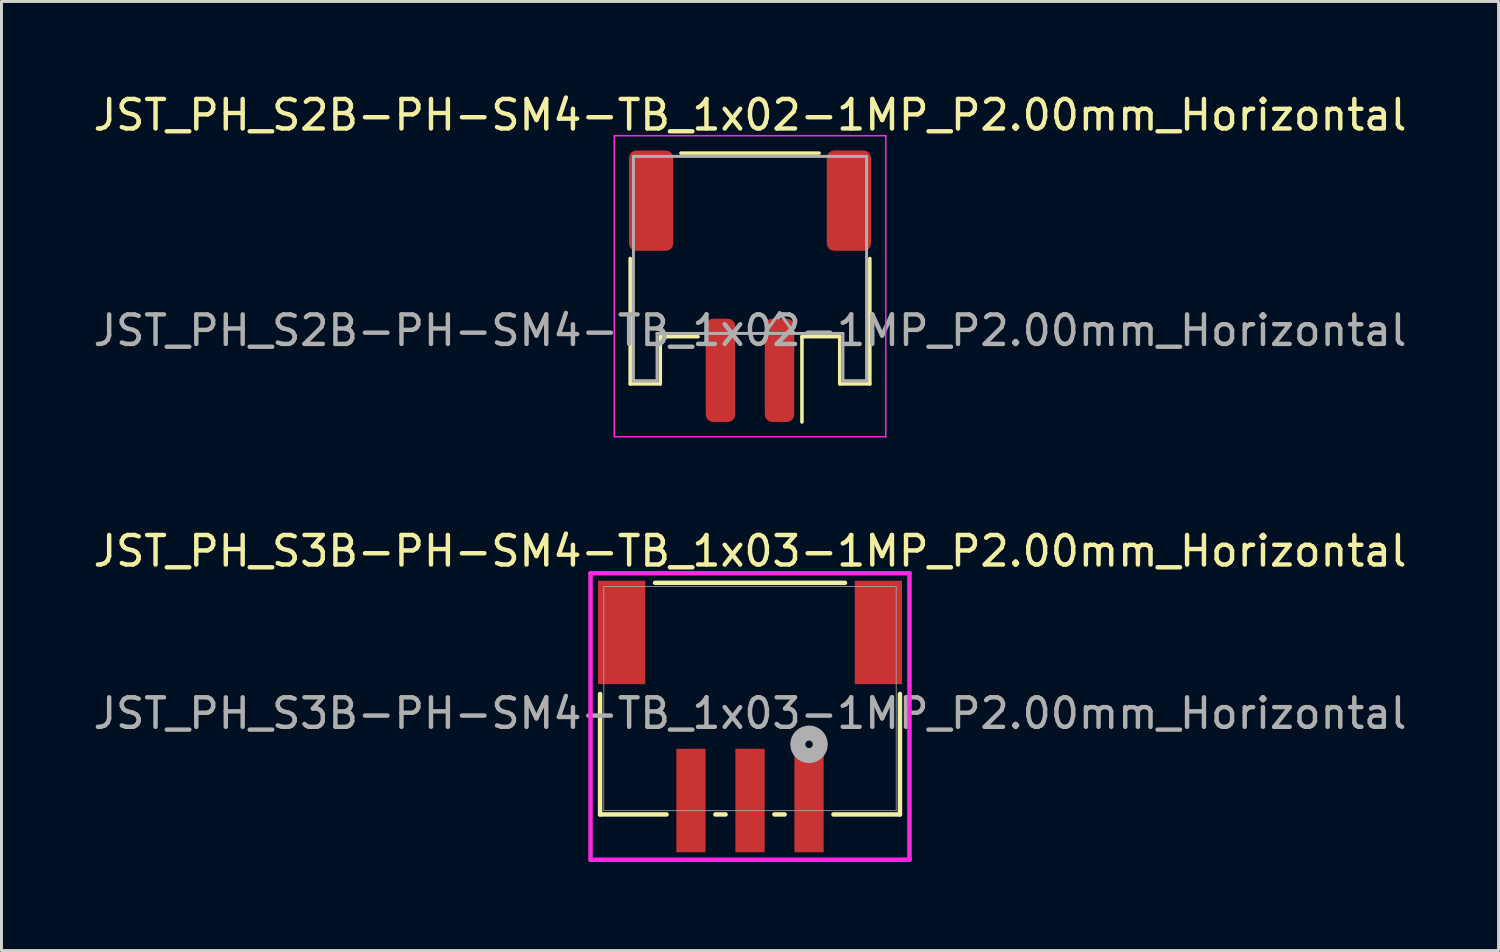
<source format=kicad_pcb>
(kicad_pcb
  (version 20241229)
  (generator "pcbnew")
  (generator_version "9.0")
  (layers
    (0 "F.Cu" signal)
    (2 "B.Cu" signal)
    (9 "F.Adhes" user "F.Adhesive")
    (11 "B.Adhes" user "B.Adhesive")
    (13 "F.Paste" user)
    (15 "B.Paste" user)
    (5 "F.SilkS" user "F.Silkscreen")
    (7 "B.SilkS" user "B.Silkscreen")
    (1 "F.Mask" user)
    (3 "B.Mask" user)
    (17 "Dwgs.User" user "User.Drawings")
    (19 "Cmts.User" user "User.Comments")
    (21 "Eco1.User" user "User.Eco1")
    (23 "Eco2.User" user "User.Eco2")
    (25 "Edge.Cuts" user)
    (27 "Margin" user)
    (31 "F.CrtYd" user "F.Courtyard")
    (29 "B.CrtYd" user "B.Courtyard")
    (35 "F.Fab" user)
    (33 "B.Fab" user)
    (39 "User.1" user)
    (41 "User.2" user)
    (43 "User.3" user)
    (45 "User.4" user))
  (footprint "JST_PH_S2B-PH-SM4-TB_1x02-1MP_P2.00mm_Horizontal"
    (layer "F.Cu")
    (at 22.363 6.648)
    (property "Reference" "JST_PH_S2B-PH-SM4-TB_1x02-1MP_P2.00mm_Horizontal" (at 0 -5.8 0) (layer "F.SilkS") (effects (font (size 1 1) (thickness 0.15))))
    (attr smd)
    (fp_line (start -4.06 -0.94) (end -4.06 3.31) (stroke (width 0.12) (type solid)) (layer "F.SilkS"))
    (fp_line (start -4.06 3.31) (end -3.04 3.31) (stroke (width 0.12) (type solid)) (layer "F.SilkS"))
    (fp_line (start -3.04 1.71) (end -1.76 1.71) (stroke (width 0.12) (type solid)) (layer "F.SilkS"))
    (fp_line (start -3.04 3.31) (end -3.04 1.71) (stroke (width 0.12) (type solid)) (layer "F.SilkS"))
    (fp_line (start 1.76 1.71) (end 1.76 4.6) (stroke (width 0.12) (type solid)) (layer "F.SilkS"))
    (fp_line (start 2.34 -4.51) (end -2.34 -4.51) (stroke (width 0.12) (type solid)) (layer "F.SilkS"))
    (fp_line (start 3.04 1.71) (end 1.76 1.71) (stroke (width 0.12) (type solid)) (layer "F.SilkS"))
    (fp_line (start 3.04 3.31) (end 3.04 1.71) (stroke (width 0.12) (type solid)) (layer "F.SilkS"))
    (fp_line (start 4.06 -0.94) (end 4.06 3.31) (stroke (width 0.12) (type solid)) (layer "F.SilkS"))
    (fp_line (start 4.06 3.31) (end 3.04 3.31) (stroke (width 0.12) (type solid)) (layer "F.SilkS"))
    (fp_line (start -4.6 -5.1) (end -4.6 5.1) (stroke (width 0.05) (type solid)) (layer "F.CrtYd"))
    (fp_line (start -4.6 5.1) (end 4.6 5.1) (stroke (width 0.05) (type solid)) (layer "F.CrtYd"))
    (fp_line (start 4.6 -5.1) (end -4.6 -5.1) (stroke (width 0.05) (type solid)) (layer "F.CrtYd"))
    (fp_line (start 4.6 5.1) (end 4.6 -5.1) (stroke (width 0.05) (type solid)) (layer "F.CrtYd"))
    (fp_line (start -3.95 3.2) (end -3.95 -4.4) (stroke (width 0.1) (type solid)) (layer "F.Fab"))
    (fp_line (start -3.15 1.6) (end -3.15 3.2) (stroke (width 0.1) (type solid)) (layer "F.Fab"))
    (fp_line (start -3.15 3.2) (end -3.95 3.2) (stroke (width 0.1) (type solid)) (layer "F.Fab"))
    (fp_line (start 1 0.893) (end 0.5 1.6) (stroke (width 0.1) (type solid)) (layer "F.Fab"))
    (fp_line (start 1.5 1.6) (end 1 0.893) (stroke (width 0.1) (type solid)) (layer "F.Fab"))
    (fp_line (start 3.15 1.6) (end -3.15 1.6) (stroke (width 0.1) (type solid)) (layer "F.Fab"))
    (fp_line (start 3.15 3.2) (end 3.15 1.6) (stroke (width 0.1) (type solid)) (layer "F.Fab"))
    (fp_line (start 3.95 -4.4) (end -3.95 -4.4) (stroke (width 0.1) (type solid)) (layer "F.Fab"))
    (fp_line (start 3.95 3.2) (end 3.15 3.2) (stroke (width 0.1) (type solid)) (layer "F.Fab"))
    (fp_line (start 3.95 3.2) (end 3.95 -4.4) (stroke (width 0.1) (type solid)) (layer "F.Fab"))
    (fp_text user "${REFERENCE}" (at 0 1.5 0) (layer "F.Fab") (effects (font (size 1 1) (thickness 0.15))))
    (pad "1" smd roundrect (at 1 2.85 180) (size 1 3.5) (layers "F.Cu" "F.Mask" "F.Paste") (roundrect_rratio 0.25))
    (pad "2" smd roundrect (at -1 2.85 180) (size 1 3.5) (layers "F.Cu" "F.Mask" "F.Paste") (roundrect_rratio 0.25))
    (pad "MP" smd roundrect (at -3.35 -2.9 180) (size 1.5 3.4) (layers "F.Cu" "F.Mask" "F.Paste") (roundrect_rratio 0.167))
    (pad "MP" smd roundrect (at 3.35 -2.9 180) (size 1.5 3.4) (layers "F.Cu" "F.Mask" "F.Paste") (roundrect_rratio 0.167)))
  (footprint "JST_PH_S3B-PH-SM4-TB_1x03-1MP_P2.00mm_Horizontal"
    (layer "F.Cu")
    (at 22.363 20.622)
    (property "Reference" "JST_PH_S3B-PH-SM4-TB_1x03-1MP_P2.00mm_Horizontal" (at 0 -5 0) (unlocked yes) (layer "F.SilkS") (effects (font (size 1 1) (thickness 0.15))))
    (attr smd)
    (fp_line (start -5.08 -0.157) (end -5.08 3.924) (stroke (width 0.152) (type solid)) (layer "F.SilkS"))
    (fp_line (start -5.08 3.924) (end -2.828 3.924) (stroke (width 0.152) (type solid)) (layer "F.SilkS"))
    (fp_line (start -1.172 3.924) (end -0.828 3.924) (stroke (width 0.152) (type solid)) (layer "F.SilkS"))
    (fp_line (start 0.828 3.924) (end 1.172 3.924) (stroke (width 0.152) (type solid)) (layer "F.SilkS"))
    (fp_line (start 2.828 3.924) (end 5.08 3.924) (stroke (width 0.152) (type solid)) (layer "F.SilkS"))
    (fp_line (start 3.217 -3.924) (end -3.217 -3.924) (stroke (width 0.152) (type solid)) (layer "F.SilkS"))
    (fp_line (start 5.08 3.924) (end 5.08 -0.157) (stroke (width 0.152) (type solid)) (layer "F.SilkS"))
    (fp_line (start -5.404 -4.249) (end -5.404 5.459) (stroke (width 0.152) (type solid)) (layer "F.CrtYd"))
    (fp_line (start -5.404 5.459) (end 5.404 5.459) (stroke (width 0.152) (type solid)) (layer "F.CrtYd"))
    (fp_line (start 5.404 -4.249) (end -5.404 -4.249) (stroke (width 0.152) (type solid)) (layer "F.CrtYd"))
    (fp_line (start 5.404 5.459) (end 5.404 -4.249) (stroke (width 0.152) (type solid)) (layer "F.CrtYd"))
    (fp_line (start -4.953 -3.797) (end -4.953 3.797) (stroke (width 0.025) (type solid)) (layer "F.Fab"))
    (fp_line (start -4.953 3.797) (end 4.953 3.797) (stroke (width 0.025) (type solid)) (layer "F.Fab"))
    (fp_line (start 4.953 -3.797) (end -4.953 -3.797) (stroke (width 0.025) (type solid)) (layer "F.Fab"))
    (fp_line (start 4.953 3.797) (end 4.953 -3.797) (stroke (width 0.025) (type solid)) (layer "F.Fab"))
    (fp_circle (center 2 1.548) (end 2.381 1.548) (stroke (width 0.508) (type solid)) (fill no) (layer "F.Fab"))
    (fp_text user "${REFERENCE}" (at 0 0.5 0) (unlocked yes) (layer "F.Fab") (effects (font (size 1 1) (thickness 0.15))))
    (pad "1" smd rect (at 2 3.453) (size 0.991 3.505) (layers "F.Cu" "F.Mask" "F.Paste"))
    (pad "2" smd rect (at 0 3.453) (size 0.991 3.505) (layers "F.Cu" "F.Mask" "F.Paste"))
    (pad "3" smd rect (at -2 3.453) (size 0.991 3.505) (layers "F.Cu" "F.Mask" "F.Paste"))
    (pad "MP" smd rect (at -4.35 -2.242) (size 1.6 3.505) (layers "F.Cu" "F.Mask" "F.Paste"))
    (pad "MP" smd rect (at 4.35 -2.242) (size 1.6 3.505) (layers "F.Cu" "F.Mask" "F.Paste")))
  (gr_rect
    (start -3 -3)
    (end 47.726 29.157)
    (stroke (width 0.1) (type default))
    (fill no)
    (layer "Edge.Cuts")))
</source>
